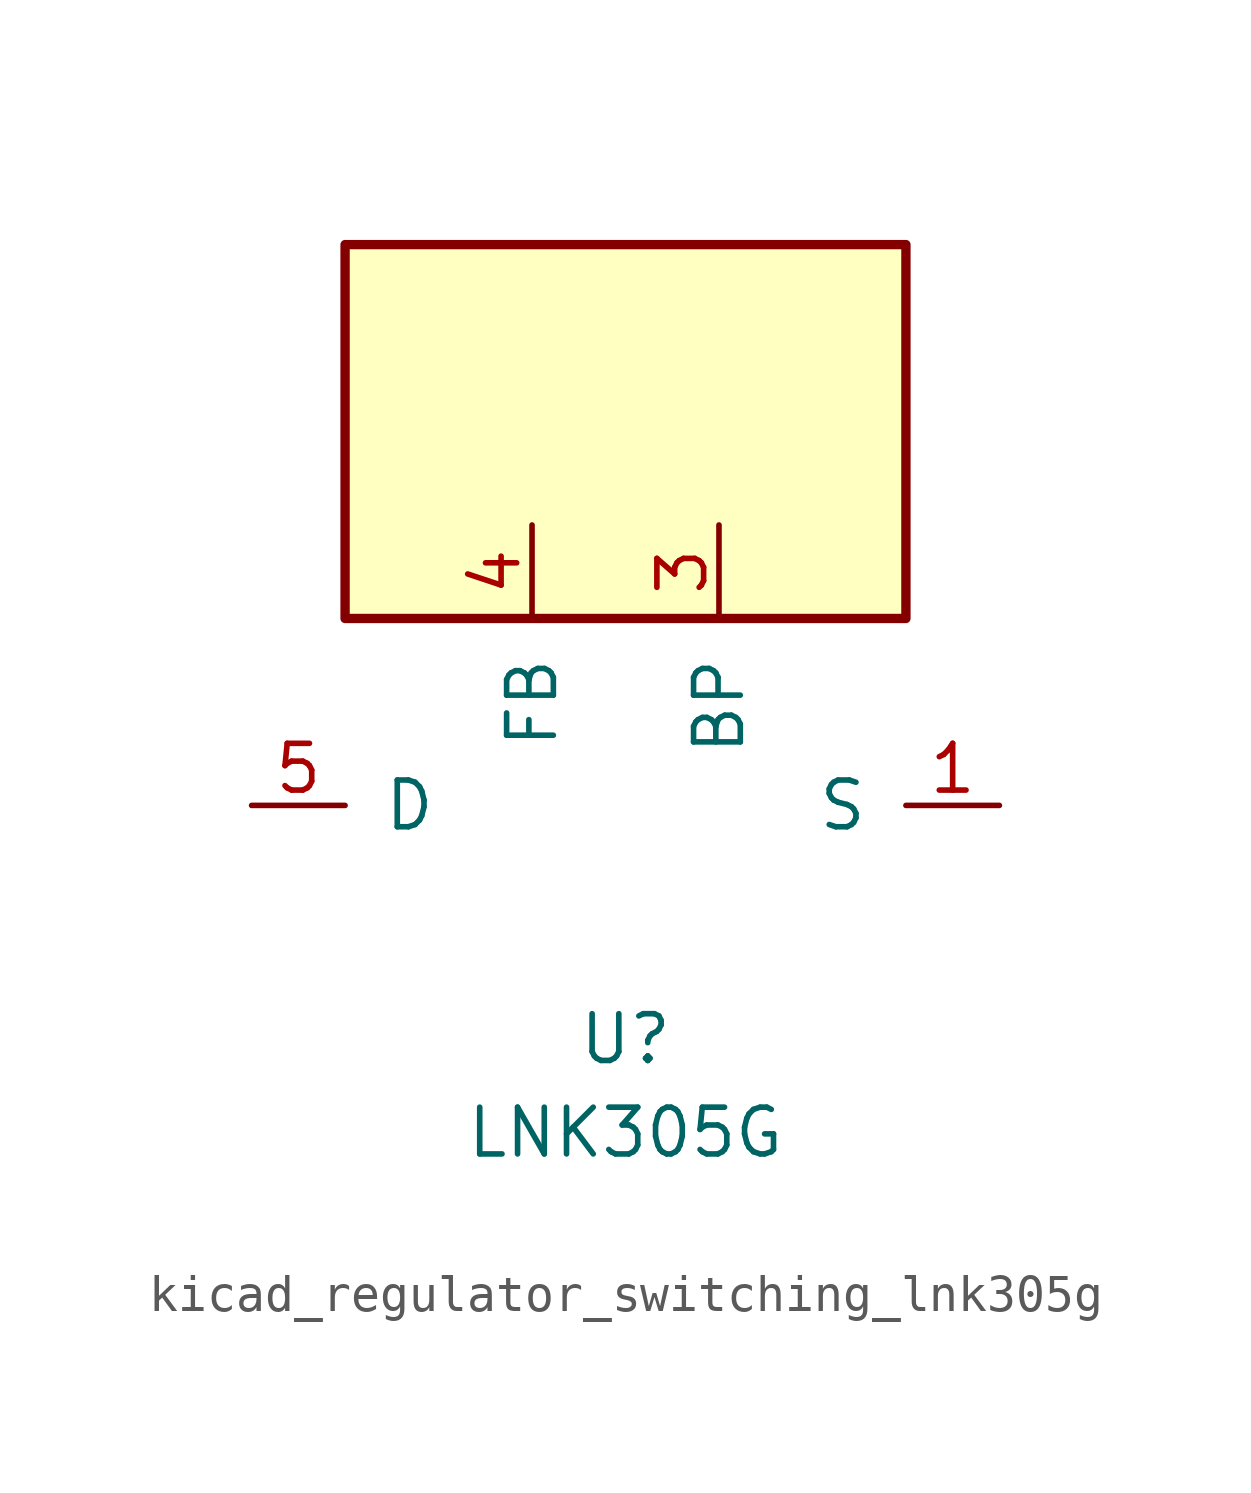
<source format=kicad_sym>
(kicad_symbol_lib
  (version 20220914)
  (generator kicad_symbol_editor)
  (symbol "kicad_regulator_switching_lnk305g"
    (pin_names
      (offset 1.016))
    (property "Reference" "U"
      (at 0 -6.35 0)
      (effects (font (size 1.27 1.27))))
    (property "Value" "LNK305G"
      (at 0 -8.89 0)
      (effects (font (size 1.27 1.27))))
    (symbol "kicad_regulator_switching_lnk305g_0_1"
      (rectangle (start 7.62 15.24) (end -7.62 5.08) (stroke (width 0.254) (type default)) (fill (type background))))
    (symbol "kicad_regulator_switching_lnk305g_1_1"
      (pin power_in line (at 10.16 0 180) (length 2.54) (name "S" (effects (font (size 1.27 1.27)))) (number "1" (effects (font (size 1.27 1.27)))))
      (pin passive line (at 10.16 0 180) (length 2.54) hide (name "S" (effects (font (size 1.27 1.27)))) (number "2" (effects (font (size 1.27 1.27)))))
      (pin input line (at 2.54 7.62 270) (length 2.54) (name "BP" (effects (font (size 1.27 1.27)))) (number "3" (effects (font (size 1.27 1.27)))))
      (pin input line (at -2.54 7.62 270) (length 2.54) (name "FB" (effects (font (size 1.27 1.27)))) (number "4" (effects (font (size 1.27 1.27)))))
      (pin open_collector line (at -10.16 0 0) (length 2.54) (name "D" (effects (font (size 1.27 1.27)))) (number "5" (effects (font (size 1.27 1.27)))))
      (pin passive line (at 10.16 0 180) (length 2.54) hide (name "S" (effects (font (size 1.27 1.27)))) (number "7" (effects (font (size 1.27 1.27)))))
      (pin passive line (at 10.16 0 180) (length 2.54) hide (name "S" (effects (font (size 1.27 1.27)))) (number "8" (effects (font (size 1.27 1.27))))))))
</source>
